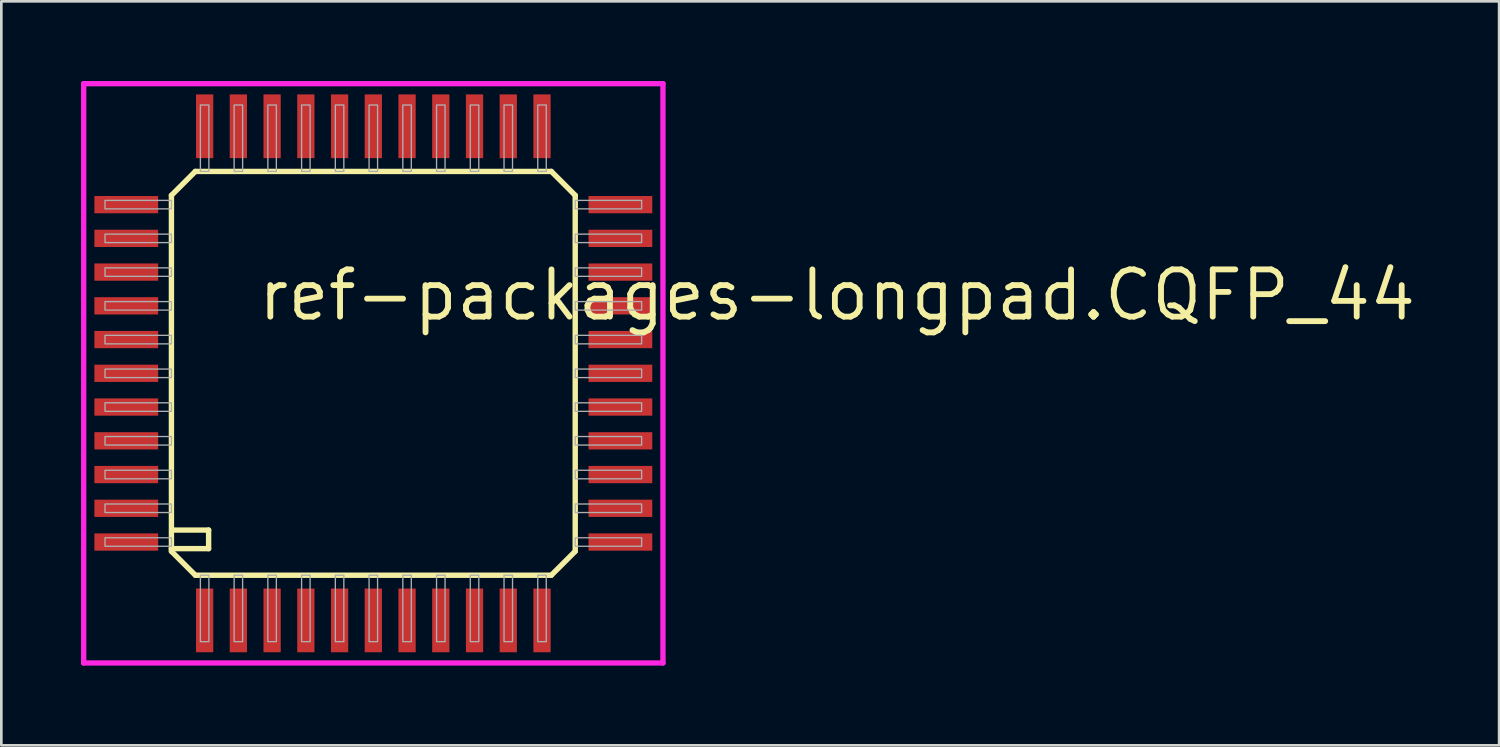
<source format=kicad_pcb>
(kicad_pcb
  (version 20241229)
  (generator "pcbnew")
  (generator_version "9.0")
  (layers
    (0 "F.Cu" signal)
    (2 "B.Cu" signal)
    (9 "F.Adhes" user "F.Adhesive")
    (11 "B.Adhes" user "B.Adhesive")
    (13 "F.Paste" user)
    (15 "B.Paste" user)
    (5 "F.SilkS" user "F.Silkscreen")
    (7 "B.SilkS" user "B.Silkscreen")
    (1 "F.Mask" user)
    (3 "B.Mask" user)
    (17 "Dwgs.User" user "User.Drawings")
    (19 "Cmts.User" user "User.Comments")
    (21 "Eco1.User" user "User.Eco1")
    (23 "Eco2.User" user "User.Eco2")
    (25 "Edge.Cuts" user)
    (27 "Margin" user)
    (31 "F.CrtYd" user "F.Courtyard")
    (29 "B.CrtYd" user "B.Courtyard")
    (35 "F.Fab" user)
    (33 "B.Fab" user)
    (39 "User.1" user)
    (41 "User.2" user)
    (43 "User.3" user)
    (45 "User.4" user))
  (footprint "ref-packages-longpad.CQFP_44"
    (layer "F.Cu")
    (at 11.003 11.003)
    (property "Reference" "ref-packages-longpad.CQFP_44" (at -4.445 -1.905 0) (layer "F.SilkS") (effects (font (size 1.778 1.778) (thickness 0.22)) (justify left bottom)))
    (attr smd)
    (fp_line (start -7.6 -6.7) (end -7.6 6.6) (stroke (width 0.203) (type default)) (layer "F.SilkS"))
    (fp_line (start -7.6 -6.7) (end -6.7 -7.6) (stroke (width 0.203) (type default)) (layer "F.SilkS"))
    (fp_line (start -7.6 6.6) (end -7.6 6.7) (stroke (width 0.203) (type default)) (layer "F.SilkS"))
    (fp_line (start -7.6 6.6) (end -6.2 6.6) (stroke (width 0.203) (type default)) (layer "F.SilkS"))
    (fp_line (start -7.6 6.7) (end -6.7 7.6) (stroke (width 0.203) (type default)) (layer "F.SilkS"))
    (fp_line (start -6.7 7.6) (end 6.7 7.6) (stroke (width 0.203) (type default)) (layer "F.SilkS"))
    (fp_line (start -6.2 5.9) (end -7.5 5.9) (stroke (width 0.203) (type default)) (layer "F.SilkS"))
    (fp_line (start -6.2 6.6) (end -6.2 5.9) (stroke (width 0.203) (type default)) (layer "F.SilkS"))
    (fp_line (start 6.7 -7.6) (end -6.7 -7.6) (stroke (width 0.203) (type default)) (layer "F.SilkS"))
    (fp_line (start 6.7 -7.6) (end 7.6 -6.7) (stroke (width 0.203) (type default)) (layer "F.SilkS"))
    (fp_line (start 6.7 7.6) (end 7.6 6.7) (stroke (width 0.203) (type default)) (layer "F.SilkS"))
    (fp_line (start 7.6 6.7) (end 7.6 -6.7) (stroke (width 0.203) (type default)) (layer "F.SilkS"))
    (fp_line (start -10.903 -10.903) (end 10.903 -10.903) (stroke (width 0.2) (type default)) (layer "F.CrtYd"))
    (fp_line (start -10.903 10.903) (end -10.903 -10.903) (stroke (width 0.2) (type default)) (layer "F.CrtYd"))
    (fp_line (start 10.903 -10.903) (end 10.903 10.903) (stroke (width 0.2) (type default)) (layer "F.CrtYd"))
    (fp_line (start 10.903 10.903) (end -10.903 10.903) (stroke (width 0.2) (type default)) (layer "F.CrtYd"))
    (fp_rect (start -10.1 -6.19) (end -7.6 -6.51) (stroke (width 0.05) (type default)) (fill no) (layer "F.Fab"))
    (fp_rect (start -10.1 -4.92) (end -7.6 -5.24) (stroke (width 0.05) (type default)) (fill no) (layer "F.Fab"))
    (fp_rect (start -10.1 -3.65) (end -7.6 -3.97) (stroke (width 0.05) (type default)) (fill no) (layer "F.Fab"))
    (fp_rect (start -10.1 -2.38) (end -7.6 -2.7) (stroke (width 0.05) (type default)) (fill no) (layer "F.Fab"))
    (fp_rect (start -10.1 -1.11) (end -7.6 -1.43) (stroke (width 0.05) (type default)) (fill no) (layer "F.Fab"))
    (fp_rect (start -10.1 0.16) (end -7.6 -0.16) (stroke (width 0.05) (type default)) (fill no) (layer "F.Fab"))
    (fp_rect (start -10.1 1.43) (end -7.6 1.11) (stroke (width 0.05) (type default)) (fill no) (layer "F.Fab"))
    (fp_rect (start -10.1 2.7) (end -7.6 2.38) (stroke (width 0.05) (type default)) (fill no) (layer "F.Fab"))
    (fp_rect (start -10.1 3.97) (end -7.6 3.65) (stroke (width 0.05) (type default)) (fill no) (layer "F.Fab"))
    (fp_rect (start -10.1 5.24) (end -7.6 4.92) (stroke (width 0.05) (type default)) (fill no) (layer "F.Fab"))
    (fp_rect (start -10.1 6.51) (end -7.6 6.19) (stroke (width 0.05) (type default)) (fill no) (layer "F.Fab"))
    (fp_rect (start -6.51 -7.6) (end -6.19 -10.1) (stroke (width 0.05) (type default)) (fill no) (layer "F.Fab"))
    (fp_rect (start -6.51 10.1) (end -6.19 7.6) (stroke (width 0.05) (type default)) (fill no) (layer "F.Fab"))
    (fp_rect (start -5.24 -7.6) (end -4.92 -10.1) (stroke (width 0.05) (type default)) (fill no) (layer "F.Fab"))
    (fp_rect (start -5.24 10.1) (end -4.92 7.6) (stroke (width 0.05) (type default)) (fill no) (layer "F.Fab"))
    (fp_rect (start -3.97 -7.6) (end -3.65 -10.1) (stroke (width 0.05) (type default)) (fill no) (layer "F.Fab"))
    (fp_rect (start -3.97 10.1) (end -3.65 7.6) (stroke (width 0.05) (type default)) (fill no) (layer "F.Fab"))
    (fp_rect (start -2.7 -7.6) (end -2.38 -10.1) (stroke (width 0.05) (type default)) (fill no) (layer "F.Fab"))
    (fp_rect (start -2.7 10.1) (end -2.38 7.6) (stroke (width 0.05) (type default)) (fill no) (layer "F.Fab"))
    (fp_rect (start -1.43 -7.6) (end -1.11 -10.1) (stroke (width 0.05) (type default)) (fill no) (layer "F.Fab"))
    (fp_rect (start -1.43 10.1) (end -1.11 7.6) (stroke (width 0.05) (type default)) (fill no) (layer "F.Fab"))
    (fp_rect (start -0.16 -7.6) (end 0.16 -10.1) (stroke (width 0.05) (type default)) (fill no) (layer "F.Fab"))
    (fp_rect (start -0.16 10.1) (end 0.16 7.6) (stroke (width 0.05) (type default)) (fill no) (layer "F.Fab"))
    (fp_rect (start 1.11 -7.6) (end 1.43 -10.1) (stroke (width 0.05) (type default)) (fill no) (layer "F.Fab"))
    (fp_rect (start 1.11 10.1) (end 1.43 7.6) (stroke (width 0.05) (type default)) (fill no) (layer "F.Fab"))
    (fp_rect (start 2.38 -7.6) (end 2.7 -10.1) (stroke (width 0.05) (type default)) (fill no) (layer "F.Fab"))
    (fp_rect (start 2.38 10.1) (end 2.7 7.6) (stroke (width 0.05) (type default)) (fill no) (layer "F.Fab"))
    (fp_rect (start 3.65 -7.6) (end 3.97 -10.1) (stroke (width 0.05) (type default)) (fill no) (layer "F.Fab"))
    (fp_rect (start 3.65 10.1) (end 3.97 7.6) (stroke (width 0.05) (type default)) (fill no) (layer "F.Fab"))
    (fp_rect (start 4.92 -7.6) (end 5.24 -10.1) (stroke (width 0.05) (type default)) (fill no) (layer "F.Fab"))
    (fp_rect (start 4.92 10.1) (end 5.24 7.6) (stroke (width 0.05) (type default)) (fill no) (layer "F.Fab"))
    (fp_rect (start 6.19 -7.6) (end 6.51 -10.1) (stroke (width 0.05) (type default)) (fill no) (layer "F.Fab"))
    (fp_rect (start 6.19 10.1) (end 6.51 7.6) (stroke (width 0.05) (type default)) (fill no) (layer "F.Fab"))
    (fp_rect (start 7.6 -6.19) (end 10.1 -6.51) (stroke (width 0.05) (type default)) (fill no) (layer "F.Fab"))
    (fp_rect (start 7.6 -4.92) (end 10.1 -5.24) (stroke (width 0.05) (type default)) (fill no) (layer "F.Fab"))
    (fp_rect (start 7.6 -3.65) (end 10.1 -3.97) (stroke (width 0.05) (type default)) (fill no) (layer "F.Fab"))
    (fp_rect (start 7.6 -2.38) (end 10.1 -2.7) (stroke (width 0.05) (type default)) (fill no) (layer "F.Fab"))
    (fp_rect (start 7.6 -1.11) (end 10.1 -1.43) (stroke (width 0.05) (type default)) (fill no) (layer "F.Fab"))
    (fp_rect (start 7.6 0.16) (end 10.1 -0.16) (stroke (width 0.05) (type default)) (fill no) (layer "F.Fab"))
    (fp_rect (start 7.6 1.43) (end 10.1 1.11) (stroke (width 0.05) (type default)) (fill no) (layer "F.Fab"))
    (fp_rect (start 7.6 2.7) (end 10.1 2.38) (stroke (width 0.05) (type default)) (fill no) (layer "F.Fab"))
    (fp_rect (start 7.6 3.97) (end 10.1 3.65) (stroke (width 0.05) (type default)) (fill no) (layer "F.Fab"))
    (fp_rect (start 7.6 5.24) (end 10.1 4.92) (stroke (width 0.05) (type default)) (fill no) (layer "F.Fab"))
    (fp_rect (start 7.6 6.51) (end 10.1 6.19) (stroke (width 0.05) (type default)) (fill no) (layer "F.Fab"))
    (pad "1" smd roundrect (at -6.35 9.3) (size 0.65 2.4) (layers "F.Cu" "F.Mask" "F.Paste") (roundrect_rratio 0.01))
    (pad "2" smd roundrect (at -5.08 9.3) (size 0.65 2.4) (layers "F.Cu" "F.Mask" "F.Paste") (roundrect_rratio 0.01))
    (pad "3" smd roundrect (at -3.81 9.3) (size 0.65 2.4) (layers "F.Cu" "F.Mask" "F.Paste") (roundrect_rratio 0.01))
    (pad "4" smd roundrect (at -2.54 9.3) (size 0.65 2.4) (layers "F.Cu" "F.Mask" "F.Paste") (roundrect_rratio 0.01))
    (pad "5" smd roundrect (at -1.27 9.3) (size 0.65 2.4) (layers "F.Cu" "F.Mask" "F.Paste") (roundrect_rratio 0.01))
    (pad "6" smd roundrect (at 0 9.3) (size 0.65 2.4) (layers "F.Cu" "F.Mask" "F.Paste") (roundrect_rratio 0.01))
    (pad "7" smd roundrect (at 1.27 9.3) (size 0.65 2.4) (layers "F.Cu" "F.Mask" "F.Paste") (roundrect_rratio 0.01))
    (pad "8" smd roundrect (at 2.54 9.3) (size 0.65 2.4) (layers "F.Cu" "F.Mask" "F.Paste") (roundrect_rratio 0.01))
    (pad "9" smd roundrect (at 3.81 9.3) (size 0.65 2.4) (layers "F.Cu" "F.Mask" "F.Paste") (roundrect_rratio 0.01))
    (pad "10" smd roundrect (at 5.08 9.3) (size 0.65 2.4) (layers "F.Cu" "F.Mask" "F.Paste") (roundrect_rratio 0.01))
    (pad "11" smd roundrect (at 6.35 9.3) (size 0.65 2.4) (layers "F.Cu" "F.Mask" "F.Paste") (roundrect_rratio 0.01))
    (pad "12" smd roundrect (at 9.3 6.35) (size 2.4 0.65) (layers "F.Cu" "F.Mask" "F.Paste") (roundrect_rratio 0.01))
    (pad "13" smd roundrect (at 9.3 5.08) (size 2.4 0.65) (layers "F.Cu" "F.Mask" "F.Paste") (roundrect_rratio 0.01))
    (pad "14" smd roundrect (at 9.3 3.81) (size 2.4 0.65) (layers "F.Cu" "F.Mask" "F.Paste") (roundrect_rratio 0.01))
    (pad "15" smd roundrect (at 9.3 2.54) (size 2.4 0.65) (layers "F.Cu" "F.Mask" "F.Paste") (roundrect_rratio 0.01))
    (pad "16" smd roundrect (at 9.3 1.27) (size 2.4 0.65) (layers "F.Cu" "F.Mask" "F.Paste") (roundrect_rratio 0.01))
    (pad "17" smd roundrect (at 9.3 0) (size 2.4 0.65) (layers "F.Cu" "F.Mask" "F.Paste") (roundrect_rratio 0.01))
    (pad "18" smd roundrect (at 9.3 -1.27) (size 2.4 0.65) (layers "F.Cu" "F.Mask" "F.Paste") (roundrect_rratio 0.01))
    (pad "19" smd roundrect (at 9.3 -2.54) (size 2.4 0.65) (layers "F.Cu" "F.Mask" "F.Paste") (roundrect_rratio 0.01))
    (pad "20" smd roundrect (at 9.3 -3.81) (size 2.4 0.65) (layers "F.Cu" "F.Mask" "F.Paste") (roundrect_rratio 0.01))
    (pad "21" smd roundrect (at 9.3 -5.08) (size 2.4 0.65) (layers "F.Cu" "F.Mask" "F.Paste") (roundrect_rratio 0.01))
    (pad "22" smd roundrect (at 9.3 -6.35) (size 2.4 0.65) (layers "F.Cu" "F.Mask" "F.Paste") (roundrect_rratio 0.01))
    (pad "23" smd roundrect (at 6.35 -9.3) (size 0.65 2.4) (layers "F.Cu" "F.Mask" "F.Paste") (roundrect_rratio 0.01))
    (pad "24" smd roundrect (at 5.08 -9.3) (size 0.65 2.4) (layers "F.Cu" "F.Mask" "F.Paste") (roundrect_rratio 0.01))
    (pad "25" smd roundrect (at 3.81 -9.3) (size 0.65 2.4) (layers "F.Cu" "F.Mask" "F.Paste") (roundrect_rratio 0.01))
    (pad "26" smd roundrect (at 2.54 -9.3) (size 0.65 2.4) (layers "F.Cu" "F.Mask" "F.Paste") (roundrect_rratio 0.01))
    (pad "27" smd roundrect (at 1.27 -9.3) (size 0.65 2.4) (layers "F.Cu" "F.Mask" "F.Paste") (roundrect_rratio 0.01))
    (pad "28" smd roundrect (at 0 -9.3) (size 0.65 2.4) (layers "F.Cu" "F.Mask" "F.Paste") (roundrect_rratio 0.01))
    (pad "29" smd roundrect (at -1.27 -9.3) (size 0.65 2.4) (layers "F.Cu" "F.Mask" "F.Paste") (roundrect_rratio 0.01))
    (pad "30" smd roundrect (at -2.54 -9.3) (size 0.65 2.4) (layers "F.Cu" "F.Mask" "F.Paste") (roundrect_rratio 0.01))
    (pad "31" smd roundrect (at -3.81 -9.3) (size 0.65 2.4) (layers "F.Cu" "F.Mask" "F.Paste") (roundrect_rratio 0.01))
    (pad "32" smd roundrect (at -5.08 -9.3) (size 0.65 2.4) (layers "F.Cu" "F.Mask" "F.Paste") (roundrect_rratio 0.01))
    (pad "33" smd roundrect (at -6.35 -9.3) (size 0.65 2.4) (layers "F.Cu" "F.Mask" "F.Paste") (roundrect_rratio 0.01))
    (pad "34" smd roundrect (at -9.3 -6.35) (size 2.4 0.65) (layers "F.Cu" "F.Mask" "F.Paste") (roundrect_rratio 0.01))
    (pad "35" smd roundrect (at -9.3 -5.08) (size 2.4 0.65) (layers "F.Cu" "F.Mask" "F.Paste") (roundrect_rratio 0.01))
    (pad "36" smd roundrect (at -9.3 -3.81) (size 2.4 0.65) (layers "F.Cu" "F.Mask" "F.Paste") (roundrect_rratio 0.01))
    (pad "37" smd roundrect (at -9.3 -2.54) (size 2.4 0.65) (layers "F.Cu" "F.Mask" "F.Paste") (roundrect_rratio 0.01))
    (pad "38" smd roundrect (at -9.3 -1.27) (size 2.4 0.65) (layers "F.Cu" "F.Mask" "F.Paste") (roundrect_rratio 0.01))
    (pad "39" smd roundrect (at -9.3 0) (size 2.4 0.65) (layers "F.Cu" "F.Mask" "F.Paste") (roundrect_rratio 0.01))
    (pad "40" smd roundrect (at -9.3 1.27) (size 2.4 0.65) (layers "F.Cu" "F.Mask" "F.Paste") (roundrect_rratio 0.01))
    (pad "41" smd roundrect (at -9.3 2.54) (size 2.4 0.65) (layers "F.Cu" "F.Mask" "F.Paste") (roundrect_rratio 0.01))
    (pad "42" smd roundrect (at -9.3 3.81) (size 2.4 0.65) (layers "F.Cu" "F.Mask" "F.Paste") (roundrect_rratio 0.01))
    (pad "43" smd roundrect (at -9.3 5.08) (size 2.4 0.65) (layers "F.Cu" "F.Mask" "F.Paste") (roundrect_rratio 0.01))
    (pad "44" smd roundrect (at -9.3 6.35) (size 2.4 0.65) (layers "F.Cu" "F.Mask" "F.Paste") (roundrect_rratio 0.01)))
  (gr_rect
    (start -3 -3)
    (end 53.381 25.006)
    (stroke (width 0.1) (type default))
    (fill no)
    (layer "Edge.Cuts")))
</source>
